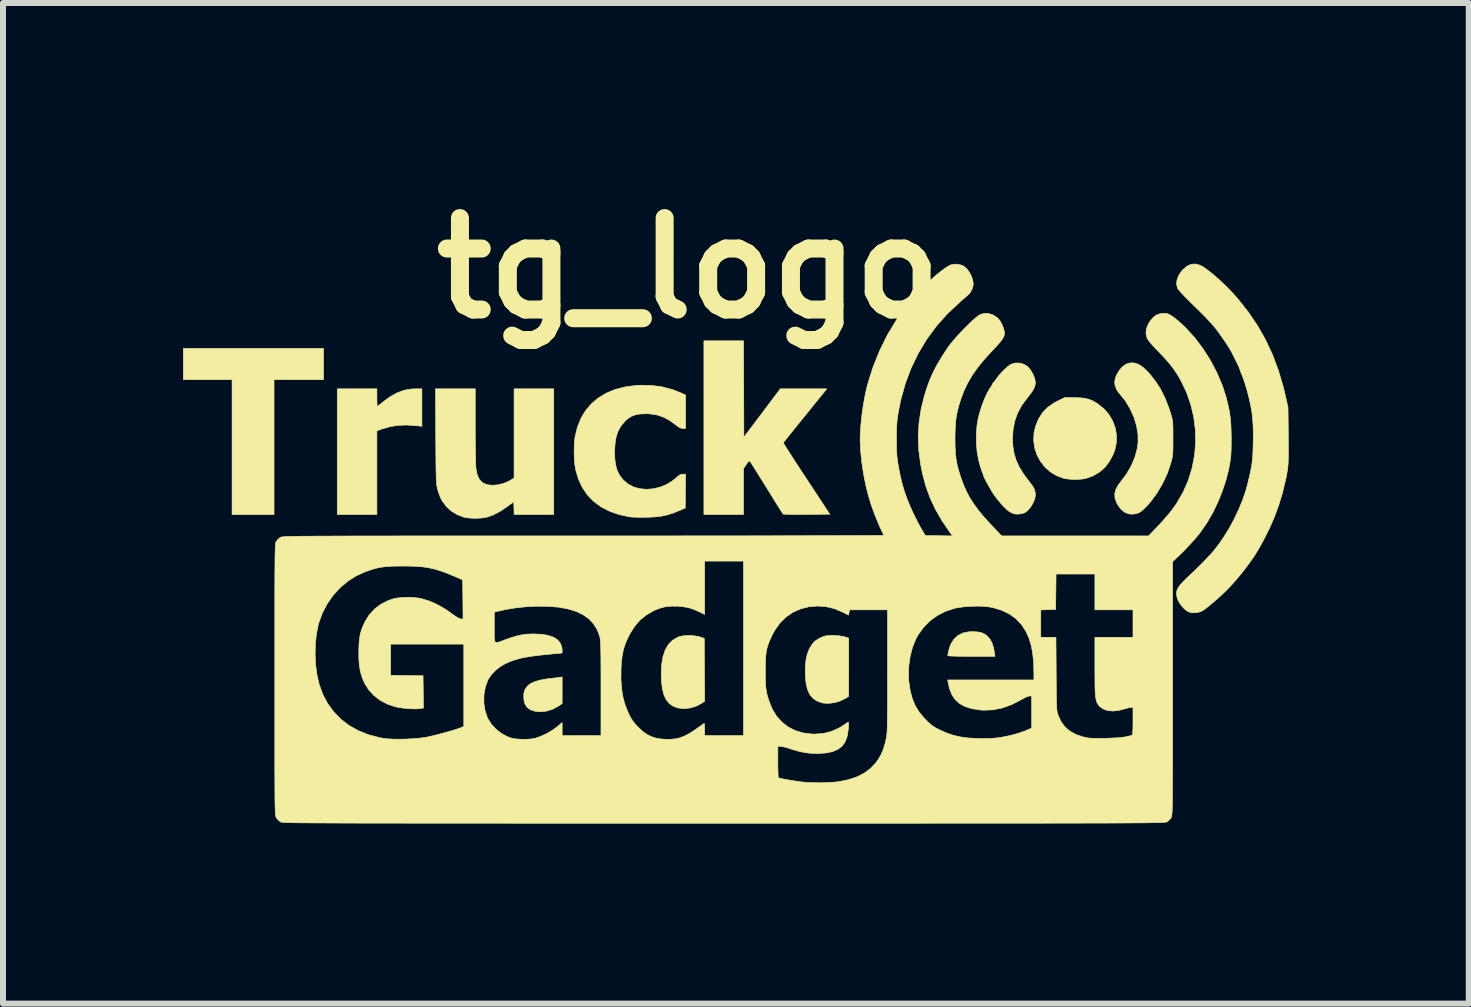
<source format=kicad_pcb>
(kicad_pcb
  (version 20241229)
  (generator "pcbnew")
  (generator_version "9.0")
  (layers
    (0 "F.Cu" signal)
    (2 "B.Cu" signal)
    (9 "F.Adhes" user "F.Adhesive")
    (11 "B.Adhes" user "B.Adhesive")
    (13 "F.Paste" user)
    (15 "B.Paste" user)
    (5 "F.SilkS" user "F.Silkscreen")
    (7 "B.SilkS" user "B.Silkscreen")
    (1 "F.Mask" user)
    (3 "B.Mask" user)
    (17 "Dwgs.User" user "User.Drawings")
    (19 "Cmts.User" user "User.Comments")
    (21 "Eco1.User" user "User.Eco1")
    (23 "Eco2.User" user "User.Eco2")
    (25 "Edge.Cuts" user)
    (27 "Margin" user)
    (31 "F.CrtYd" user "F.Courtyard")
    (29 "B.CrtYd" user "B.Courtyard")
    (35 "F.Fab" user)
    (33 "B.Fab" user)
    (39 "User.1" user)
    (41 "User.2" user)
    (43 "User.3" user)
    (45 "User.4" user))
  (footprint "tg_logo"
    (layer "F.Cu")
    (at 9.174 5.918)
    (property "Reference" "tg_logo" (at -0.75 -4.5 0) (layer "F.SilkS") (effects (font (size 1.524 1.524) (thickness 0.3))))
    (attr through_hole)
    (fp_poly (pts (xy -6.833 -2.642) (xy -7.658 -2.642) (xy -7.658 -0.394) (xy -8.357 -0.394) (xy -8.357 -2.642) (xy -9.169 -2.642) (xy -9.169 -3.162) (xy -6.833 -3.162) (xy -6.833 -2.642)) (stroke (width 0.01) (type solid)) (fill yes) (layer "F.SilkS"))
    (fp_poly (pts (xy -2.857 2.755) (xy -2.914 2.794) (xy -3.015 2.849) (xy -3.12 2.882) (xy -3.227 2.892) (xy -3.312 2.883) (xy -3.386 2.858) (xy -3.44 2.819) (xy -3.476 2.764) (xy -3.494 2.692) (xy -3.497 2.642) (xy -3.494 2.579) (xy -3.481 2.531) (xy -3.454 2.487) (xy -3.425 2.454) (xy -3.378 2.42) (xy -3.31 2.389) (xy -3.222 2.364) (xy -3.117 2.345) (xy -3.06 2.337) (xy -3.001 2.331) (xy -2.948 2.325) (xy -2.908 2.32) (xy -2.892 2.318) (xy -2.857 2.312) (xy -2.857 2.755)) (stroke (width 0.01) (type solid)) (fill yes) (layer "F.SilkS"))
    (fp_poly (pts (xy -5.944 -2.343) (xy -5.943 -2.286) (xy -5.942 -2.239) (xy -5.94 -2.208) (xy -5.938 -2.197) (xy -5.926 -2.205) (xy -5.899 -2.225) (xy -5.861 -2.254) (xy -5.829 -2.28) (xy -5.712 -2.365) (xy -5.597 -2.427) (xy -5.482 -2.467) (xy -5.364 -2.487) (xy -5.3 -2.489) (xy -5.194 -2.489) (xy -5.194 -1.865) (xy -5.293 -1.875) (xy -5.45 -1.886) (xy -5.593 -1.88) (xy -5.729 -1.858) (xy -5.862 -1.819) (xy -5.877 -1.814) (xy -5.944 -1.789) (xy -5.944 -0.394) (xy -6.604 -0.394) (xy -6.604 -2.489) (xy -5.944 -2.489) (xy -5.944 -2.343)) (stroke (width 0.01) (type solid)) (fill yes) (layer "F.SilkS"))
    (fp_poly (pts (xy 4.06 1.561) (xy 4.126 1.573) (xy 4.181 1.597) (xy 4.225 1.629) (xy 4.271 1.68) (xy 4.306 1.746) (xy 4.332 1.828) (xy 4.348 1.921) (xy 4.355 1.968) (xy 3.962 1.968) (xy 3.849 1.968) (xy 3.753 1.967) (xy 3.676 1.965) (xy 3.618 1.963) (xy 3.581 1.96) (xy 3.569 1.956) (xy 3.569 1.956) (xy 3.573 1.922) (xy 3.584 1.875) (xy 3.598 1.824) (xy 3.614 1.779) (xy 3.622 1.762) (xy 3.674 1.68) (xy 3.74 1.62) (xy 3.82 1.58) (xy 3.916 1.56) (xy 3.975 1.557) (xy 4.06 1.561)) (stroke (width 0.01) (type solid)) (fill yes) (layer "F.SilkS"))
    (fp_poly (pts (xy -0.675 1.624) (xy -0.595 1.636) (xy -0.559 1.646) (xy -0.489 1.67) (xy -0.486 2.194) (xy -0.482 2.717) (xy -0.532 2.75) (xy -0.625 2.799) (xy -0.725 2.829) (xy -0.827 2.84) (xy -0.924 2.829) (xy -0.94 2.825) (xy -1.015 2.795) (xy -1.077 2.749) (xy -1.126 2.686) (xy -1.163 2.605) (xy -1.188 2.504) (xy -1.202 2.382) (xy -1.206 2.259) (xy -1.199 2.107) (xy -1.177 1.975) (xy -1.14 1.864) (xy -1.088 1.773) (xy -1.021 1.703) (xy -0.939 1.654) (xy -0.91 1.642) (xy -0.842 1.627) (xy -0.76 1.62) (xy -0.675 1.624)) (stroke (width 0.01) (type solid)) (fill yes) (layer "F.SilkS"))
    (fp_poly (pts (xy 1.751 1.625) (xy 1.831 1.638) (xy 1.845 1.642) (xy 1.918 1.664) (xy 1.918 2.15) (xy 1.917 2.635) (xy 1.873 2.664) (xy 1.789 2.707) (xy 1.695 2.737) (xy 1.598 2.751) (xy 1.507 2.749) (xy 1.458 2.739) (xy 1.38 2.708) (xy 1.317 2.662) (xy 1.267 2.6) (xy 1.231 2.52) (xy 1.208 2.421) (xy 1.196 2.302) (xy 1.194 2.223) (xy 1.197 2.109) (xy 1.208 2.015) (xy 1.227 1.933) (xy 1.256 1.858) (xy 1.272 1.826) (xy 1.313 1.761) (xy 1.361 1.712) (xy 1.422 1.672) (xy 1.46 1.653) (xy 1.499 1.637) (xy 1.536 1.627) (xy 1.58 1.622) (xy 1.638 1.62) (xy 1.651 1.62) (xy 1.751 1.625)) (stroke (width 0.01) (type solid)) (fill yes) (layer "F.SilkS"))
    (fp_poly (pts (xy 5.683 -2.342) (xy 5.779 -2.339) (xy 5.856 -2.33) (xy 5.922 -2.314) (xy 5.983 -2.289) (xy 6.046 -2.253) (xy 6.064 -2.241) (xy 6.168 -2.158) (xy 6.252 -2.062) (xy 6.316 -1.954) (xy 6.359 -1.839) (xy 6.38 -1.718) (xy 6.378 -1.594) (xy 6.352 -1.47) (xy 6.324 -1.396) (xy 6.26 -1.276) (xy 6.182 -1.176) (xy 6.09 -1.097) (xy 5.98 -1.035) (xy 5.878 -0.999) (xy 5.814 -0.986) (xy 5.735 -0.98) (xy 5.651 -0.98) (xy 5.57 -0.986) (xy 5.503 -0.997) (xy 5.501 -0.998) (xy 5.382 -1.042) (xy 5.277 -1.106) (xy 5.186 -1.187) (xy 5.112 -1.283) (xy 5.055 -1.389) (xy 5.017 -1.504) (xy 5 -1.625) (xy 5.005 -1.749) (xy 5.032 -1.867) (xy 5.083 -1.991) (xy 5.151 -2.096) (xy 5.238 -2.184) (xy 5.344 -2.257) (xy 5.394 -2.283) (xy 5.518 -2.343) (xy 5.683 -2.342)) (stroke (width 0.01) (type solid)) (fill yes) (layer "F.SilkS"))
    (fp_poly (pts (xy -4.305 -1.87) (xy -4.305 -1.743) (xy -4.304 -1.621) (xy -4.303 -1.507) (xy -4.301 -1.404) (xy -4.299 -1.314) (xy -4.297 -1.24) (xy -4.295 -1.186) (xy -4.292 -1.156) (xy -4.274 -1.064) (xy -4.245 -0.994) (xy -4.203 -0.942) (xy -4.165 -0.915) (xy -4.098 -0.89) (xy -4.017 -0.882) (xy -3.929 -0.889) (xy -3.838 -0.911) (xy -3.751 -0.947) (xy -3.71 -0.97) (xy -3.658 -1.004) (xy -3.658 -2.489) (xy -2.997 -2.489) (xy -2.997 -0.394) (xy -3.657 -0.394) (xy -3.66 -0.5) (xy -3.664 -0.607) (xy -3.766 -0.532) (xy -3.889 -0.449) (xy -4.002 -0.389) (xy -4.105 -0.352) (xy -4.116 -0.35) (xy -4.188 -0.338) (xy -4.273 -0.332) (xy -4.36 -0.333) (xy -4.439 -0.34) (xy -4.494 -0.35) (xy -4.602 -0.391) (xy -4.701 -0.451) (xy -4.786 -0.528) (xy -4.853 -0.617) (xy -4.87 -0.647) (xy -4.891 -0.694) (xy -4.913 -0.753) (xy -4.931 -0.811) (xy -4.931 -0.811) (xy -4.937 -0.832) (xy -4.941 -0.852) (xy -4.945 -0.875) (xy -4.949 -0.902) (xy -4.952 -0.935) (xy -4.954 -0.976) (xy -4.956 -1.028) (xy -4.957 -1.092) (xy -4.959 -1.171) (xy -4.96 -1.267) (xy -4.961 -1.381) (xy -4.962 -1.516) (xy -4.963 -1.675) (xy -4.963 -1.699) (xy -4.967 -2.489) (xy -4.305 -2.489) (xy -4.305 -1.87)) (stroke (width 0.01) (type solid)) (fill yes) (layer "F.SilkS"))
    (fp_poly (pts (xy 0.171 -1.683) (xy 0.475 -2.086) (xy 0.778 -2.489) (xy 1.552 -2.489) (xy 1.503 -2.428) (xy 1.484 -2.405) (xy 1.451 -2.364) (xy 1.406 -2.309) (xy 1.352 -2.242) (xy 1.29 -2.165) (xy 1.223 -2.082) (xy 1.152 -1.994) (xy 1.143 -1.984) (xy 1.074 -1.898) (xy 1.01 -1.819) (xy 0.953 -1.748) (xy 0.905 -1.688) (xy 0.867 -1.64) (xy 0.841 -1.607) (xy 0.829 -1.591) (xy 0.829 -1.59) (xy 0.835 -1.578) (xy 0.854 -1.546) (xy 0.884 -1.498) (xy 0.925 -1.434) (xy 0.975 -1.356) (xy 1.032 -1.267) (xy 1.096 -1.169) (xy 1.166 -1.063) (xy 1.214 -0.99) (xy 1.602 -0.4) (xy 1.218 -0.397) (xy 1.121 -0.396) (xy 1.033 -0.396) (xy 0.957 -0.397) (xy 0.894 -0.398) (xy 0.85 -0.4) (xy 0.827 -0.402) (xy 0.824 -0.403) (xy 0.816 -0.416) (xy 0.795 -0.448) (xy 0.765 -0.496) (xy 0.725 -0.559) (xy 0.678 -0.635) (xy 0.625 -0.72) (xy 0.568 -0.812) (xy 0.552 -0.838) (xy 0.493 -0.933) (xy 0.438 -1.02) (xy 0.389 -1.099) (xy 0.346 -1.167) (xy 0.312 -1.221) (xy 0.288 -1.259) (xy 0.275 -1.279) (xy 0.273 -1.28) (xy 0.262 -1.285) (xy 0.247 -1.276) (xy 0.225 -1.249) (xy 0.212 -1.229) (xy 0.165 -1.162) (xy 0.165 -0.394) (xy -0.495 -0.394) (xy -0.495 -3.289) (xy 0.165 -3.289) (xy 0.171 -1.683)) (stroke (width 0.01) (type solid)) (fill yes) (layer "F.SilkS"))
    (fp_poly (pts (xy 6.683 -2.919) (xy 6.751 -2.895) (xy 6.822 -2.847) (xy 6.897 -2.777) (xy 6.938 -2.732) (xy 7.034 -2.609) (xy 7.117 -2.479) (xy 7.188 -2.336) (xy 7.251 -2.175) (xy 7.285 -2.07) (xy 7.297 -2.03) (xy 7.306 -1.996) (xy 7.312 -1.963) (xy 7.317 -1.927) (xy 7.319 -1.883) (xy 7.321 -1.827) (xy 7.321 -1.755) (xy 7.321 -1.664) (xy 7.321 -1.571) (xy 7.321 -1.499) (xy 7.319 -1.444) (xy 7.316 -1.399) (xy 7.312 -1.362) (xy 7.305 -1.326) (xy 7.295 -1.287) (xy 7.282 -1.242) (xy 7.279 -1.232) (xy 7.222 -1.067) (xy 7.144 -0.904) (xy 7.051 -0.747) (xy 6.946 -0.605) (xy 6.875 -0.526) (xy 6.836 -0.487) (xy 6.798 -0.454) (xy 6.768 -0.432) (xy 6.763 -0.429) (xy 6.704 -0.408) (xy 6.637 -0.4) (xy 6.582 -0.406) (xy 6.511 -0.436) (xy 6.448 -0.49) (xy 6.396 -0.565) (xy 6.381 -0.593) (xy 6.355 -0.669) (xy 6.351 -0.743) (xy 6.37 -0.816) (xy 6.413 -0.892) (xy 6.45 -0.94) (xy 6.549 -1.072) (xy 6.629 -1.212) (xy 6.689 -1.356) (xy 6.727 -1.501) (xy 6.739 -1.592) (xy 6.738 -1.73) (xy 6.714 -1.873) (xy 6.671 -2.016) (xy 6.608 -2.155) (xy 6.529 -2.287) (xy 6.434 -2.405) (xy 6.43 -2.41) (xy 6.38 -2.479) (xy 6.354 -2.556) (xy 6.35 -2.601) (xy 6.36 -2.666) (xy 6.389 -2.735) (xy 6.43 -2.801) (xy 6.48 -2.858) (xy 6.535 -2.897) (xy 6.548 -2.903) (xy 6.616 -2.922) (xy 6.683 -2.919)) (stroke (width 0.01) (type solid)) (fill yes) (layer "F.SilkS"))
    (fp_poly (pts (xy -1.369 -2.546) (xy -1.186 -2.521) (xy -1.012 -2.474) (xy -0.871 -2.418) (xy -0.8 -2.386) (xy -0.8 -1.829) (xy -0.845 -1.829) (xy -0.878 -1.834) (xy -0.913 -1.85) (xy -0.956 -1.882) (xy -0.96 -1.885) (xy -1.068 -1.964) (xy -1.175 -2.02) (xy -1.284 -2.056) (xy -1.401 -2.072) (xy -1.46 -2.074) (xy -1.558 -2.07) (xy -1.636 -2.057) (xy -1.703 -2.031) (xy -1.764 -1.991) (xy -1.808 -1.951) (xy -1.874 -1.875) (xy -1.923 -1.788) (xy -1.957 -1.688) (xy -1.976 -1.572) (xy -1.983 -1.437) (xy -1.983 -1.435) (xy -1.979 -1.316) (xy -1.965 -1.217) (xy -1.941 -1.132) (xy -1.905 -1.058) (xy -1.855 -0.989) (xy -1.832 -0.964) (xy -1.755 -0.899) (xy -1.664 -0.853) (xy -1.563 -0.825) (xy -1.454 -0.815) (xy -1.343 -0.823) (xy -1.231 -0.849) (xy -1.123 -0.892) (xy -1.022 -0.953) (xy -0.966 -0.999) (xy -0.924 -1.035) (xy -0.893 -1.056) (xy -0.866 -1.065) (xy -0.845 -1.067) (xy -0.8 -1.067) (xy -0.803 -0.785) (xy -0.806 -0.503) (xy -0.904 -0.461) (xy -1.008 -0.419) (xy -1.103 -0.389) (xy -1.198 -0.368) (xy -1.3 -0.356) (xy -1.417 -0.349) (xy -1.448 -0.349) (xy -1.525 -0.348) (xy -1.6 -0.349) (xy -1.665 -0.351) (xy -1.715 -0.354) (xy -1.733 -0.356) (xy -1.909 -0.394) (xy -2.068 -0.45) (xy -2.209 -0.523) (xy -2.331 -0.613) (xy -2.435 -0.72) (xy -2.52 -0.844) (xy -2.586 -0.985) (xy -2.632 -1.141) (xy -2.637 -1.168) (xy -2.647 -1.238) (xy -2.654 -1.325) (xy -2.657 -1.421) (xy -2.656 -1.518) (xy -2.651 -1.608) (xy -2.643 -1.682) (xy -2.642 -1.688) (xy -2.603 -1.85) (xy -2.544 -1.997) (xy -2.466 -2.127) (xy -2.369 -2.241) (xy -2.254 -2.338) (xy -2.122 -2.417) (xy -1.973 -2.479) (xy -1.809 -2.521) (xy -1.628 -2.545) (xy -1.562 -2.549) (xy -1.369 -2.546)) (stroke (width 0.01) (type solid)) (fill yes) (layer "F.SilkS"))
    (fp_poly (pts (xy 4.768 -2.918) (xy 4.838 -2.898) (xy 4.899 -2.86) (xy 4.913 -2.847) (xy 4.955 -2.791) (xy 4.992 -2.725) (xy 5.017 -2.659) (xy 5.029 -2.599) (xy 5.029 -2.59) (xy 5.022 -2.542) (xy 5.001 -2.489) (xy 4.963 -2.428) (xy 4.906 -2.354) (xy 4.897 -2.343) (xy 4.802 -2.216) (xy 4.732 -2.086) (xy 4.684 -1.95) (xy 4.656 -1.804) (xy 4.648 -1.66) (xy 4.654 -1.531) (xy 4.673 -1.413) (xy 4.707 -1.3) (xy 4.758 -1.19) (xy 4.827 -1.076) (xy 4.916 -0.956) (xy 4.937 -0.929) (xy 4.984 -0.866) (xy 5.012 -0.813) (xy 5.026 -0.761) (xy 5.029 -0.721) (xy 5.019 -0.66) (xy 4.993 -0.593) (xy 4.955 -0.528) (xy 4.91 -0.471) (xy 4.862 -0.431) (xy 4.853 -0.426) (xy 4.801 -0.409) (xy 4.74 -0.401) (xy 4.685 -0.404) (xy 4.68 -0.405) (xy 4.645 -0.418) (xy 4.604 -0.439) (xy 4.59 -0.447) (xy 4.552 -0.478) (xy 4.504 -0.524) (xy 4.452 -0.581) (xy 4.4 -0.643) (xy 4.352 -0.705) (xy 4.314 -0.762) (xy 4.306 -0.775) (xy 4.254 -0.866) (xy 4.213 -0.939) (xy 4.185 -0.993) (xy 4.169 -1.026) (xy 4.166 -1.037) (xy 4.161 -1.057) (xy 4.149 -1.09) (xy 4.139 -1.113) (xy 4.125 -1.152) (xy 4.108 -1.207) (xy 4.091 -1.27) (xy 4.08 -1.314) (xy 4.057 -1.444) (xy 4.045 -1.587) (xy 4.045 -1.733) (xy 4.055 -1.875) (xy 4.075 -1.994) (xy 4.103 -2.101) (xy 4.138 -2.21) (xy 4.178 -2.315) (xy 4.221 -2.409) (xy 4.264 -2.488) (xy 4.288 -2.523) (xy 4.307 -2.552) (xy 4.317 -2.573) (xy 4.318 -2.576) (xy 4.327 -2.593) (xy 4.339 -2.605) (xy 4.358 -2.626) (xy 4.382 -2.659) (xy 4.39 -2.67) (xy 4.421 -2.712) (xy 4.463 -2.76) (xy 4.511 -2.809) (xy 4.559 -2.852) (xy 4.602 -2.885) (xy 4.625 -2.899) (xy 4.694 -2.919) (xy 4.768 -2.918)) (stroke (width 0.01) (type solid)) (fill yes) (layer "F.SilkS"))
    (fp_poly (pts (xy 7.774 -4.548) (xy 7.825 -4.52) (xy 7.908 -4.461) (xy 8.002 -4.386) (xy 8.101 -4.298) (xy 8.202 -4.202) (xy 8.301 -4.101) (xy 8.392 -4) (xy 8.397 -3.994) (xy 8.573 -3.772) (xy 8.728 -3.545) (xy 8.862 -3.309) (xy 8.978 -3.062) (xy 9.076 -2.8) (xy 9.159 -2.522) (xy 9.197 -2.362) (xy 9.238 -2.178) (xy 9.243 -1.709) (xy 9.244 -1.579) (xy 9.244 -1.472) (xy 9.244 -1.383) (xy 9.242 -1.308) (xy 9.24 -1.245) (xy 9.235 -1.189) (xy 9.229 -1.137) (xy 9.22 -1.085) (xy 9.21 -1.03) (xy 9.197 -0.969) (xy 9.193 -0.953) (xy 9.142 -0.743) (xy 9.082 -0.546) (xy 9.012 -0.356) (xy 8.93 -0.167) (xy 8.833 0.026) (xy 8.738 0.197) (xy 8.671 0.304) (xy 8.589 0.421) (xy 8.497 0.543) (xy 8.399 0.663) (xy 8.299 0.777) (xy 8.203 0.877) (xy 8.192 0.887) (xy 8.126 0.95) (xy 8.056 1.013) (xy 7.987 1.073) (xy 7.922 1.127) (xy 7.865 1.172) (xy 7.819 1.205) (xy 7.791 1.22) (xy 7.731 1.238) (xy 7.664 1.243) (xy 7.601 1.234) (xy 7.572 1.223) (xy 7.526 1.191) (xy 7.478 1.143) (xy 7.435 1.087) (xy 7.405 1.031) (xy 7.401 1.021) (xy 7.385 0.969) (xy 7.379 0.923) (xy 7.384 0.879) (xy 7.403 0.834) (xy 7.436 0.786) (xy 7.485 0.73) (xy 7.551 0.664) (xy 7.589 0.628) (xy 7.663 0.559) (xy 7.726 0.498) (xy 7.786 0.438) (xy 7.849 0.374) (xy 7.921 0.298) (xy 7.944 0.275) (xy 8.021 0.185) (xy 8.102 0.077) (xy 8.183 -0.043) (xy 8.261 -0.171) (xy 8.331 -0.299) (xy 8.353 -0.344) (xy 8.424 -0.497) (xy 8.482 -0.638) (xy 8.53 -0.777) (xy 8.57 -0.921) (xy 8.607 -1.079) (xy 8.611 -1.099) (xy 8.625 -1.169) (xy 8.635 -1.231) (xy 8.643 -1.29) (xy 8.649 -1.354) (xy 8.653 -1.427) (xy 8.656 -1.517) (xy 8.657 -1.563) (xy 8.66 -1.722) (xy 8.657 -1.862) (xy 8.649 -1.989) (xy 8.635 -2.107) (xy 8.614 -2.224) (xy 8.609 -2.248) (xy 8.584 -2.354) (xy 8.556 -2.463) (xy 8.525 -2.566) (xy 8.495 -2.657) (xy 8.47 -2.723) (xy 8.452 -2.766) (xy 8.439 -2.801) (xy 8.433 -2.82) (xy 8.433 -2.821) (xy 8.427 -2.837) (xy 8.41 -2.875) (xy 8.381 -2.934) (xy 8.341 -3.015) (xy 8.299 -3.099) (xy 8.272 -3.147) (xy 8.233 -3.21) (xy 8.185 -3.283) (xy 8.131 -3.36) (xy 8.076 -3.437) (xy 8.042 -3.483) (xy 7.998 -3.537) (xy 7.937 -3.605) (xy 7.862 -3.685) (xy 7.775 -3.773) (xy 7.684 -3.862) (xy 7.594 -3.95) (xy 7.52 -4.025) (xy 7.462 -4.086) (xy 7.422 -4.132) (xy 7.4 -4.162) (xy 7.397 -4.167) (xy 7.381 -4.232) (xy 7.388 -4.303) (xy 7.416 -4.377) (xy 7.464 -4.45) (xy 7.492 -4.48) (xy 7.558 -4.535) (xy 7.627 -4.565) (xy 7.699 -4.569) (xy 7.774 -4.548)) (stroke (width 0.01) (type solid)) (fill yes) (layer "F.SilkS"))
    (fp_poly (pts (xy 3.771 -4.558) (xy 3.825 -4.539) (xy 3.871 -4.504) (xy 3.916 -4.451) (xy 3.953 -4.386) (xy 3.973 -4.337) (xy 3.99 -4.271) (xy 3.992 -4.216) (xy 3.977 -4.161) (xy 3.962 -4.128) (xy 3.953 -4.11) (xy 3.942 -4.094) (xy 3.928 -4.076) (xy 3.906 -4.055) (xy 3.875 -4.026) (xy 3.83 -3.987) (xy 3.769 -3.934) (xy 3.766 -3.931) (xy 3.562 -3.74) (xy 3.379 -3.534) (xy 3.217 -3.314) (xy 3.077 -3.08) (xy 2.957 -2.833) (xy 2.86 -2.574) (xy 2.785 -2.304) (xy 2.747 -2.115) (xy 2.735 -2.039) (xy 2.726 -1.975) (xy 2.72 -1.914) (xy 2.716 -1.851) (xy 2.714 -1.779) (xy 2.713 -1.69) (xy 2.713 -1.645) (xy 2.714 -1.547) (xy 2.716 -1.468) (xy 2.719 -1.402) (xy 2.724 -1.342) (xy 2.732 -1.281) (xy 2.743 -1.214) (xy 2.748 -1.187) (xy 2.776 -1.042) (xy 2.807 -0.911) (xy 2.844 -0.787) (xy 2.889 -0.658) (xy 2.898 -0.635) (xy 2.937 -0.54) (xy 2.984 -0.435) (xy 3.037 -0.327) (xy 3.09 -0.224) (xy 3.139 -0.136) (xy 3.145 -0.127) (xy 3.195 -0.044) (xy 3.421 -0.041) (xy 3.648 -0.038) (xy 3.604 -0.098) (xy 3.473 -0.291) (xy 3.364 -0.48) (xy 3.275 -0.669) (xy 3.204 -0.864) (xy 3.149 -1.07) (xy 3.116 -1.232) (xy 3.085 -1.47) (xy 3.076 -1.7) (xy 3.09 -1.926) (xy 3.125 -2.154) (xy 3.178 -2.369) (xy 3.222 -2.511) (xy 3.271 -2.643) (xy 3.328 -2.771) (xy 3.395 -2.899) (xy 3.476 -3.034) (xy 3.572 -3.18) (xy 3.578 -3.188) (xy 3.615 -3.238) (xy 3.665 -3.298) (xy 3.724 -3.365) (xy 3.788 -3.434) (xy 3.854 -3.503) (xy 3.92 -3.568) (xy 3.981 -3.626) (xy 4.036 -3.674) (xy 4.079 -3.709) (xy 4.105 -3.725) (xy 4.177 -3.746) (xy 4.253 -3.743) (xy 4.327 -3.719) (xy 4.396 -3.673) (xy 4.396 -3.672) (xy 4.434 -3.629) (xy 4.468 -3.57) (xy 4.495 -3.505) (xy 4.511 -3.445) (xy 4.513 -3.42) (xy 4.511 -3.392) (xy 4.503 -3.364) (xy 4.488 -3.333) (xy 4.463 -3.296) (xy 4.427 -3.252) (xy 4.377 -3.196) (xy 4.311 -3.125) (xy 4.295 -3.109) (xy 4.169 -2.97) (xy 4.063 -2.839) (xy 3.974 -2.712) (xy 3.9 -2.585) (xy 3.837 -2.452) (xy 3.784 -2.311) (xy 3.78 -2.297) (xy 3.749 -2.198) (xy 3.726 -2.106) (xy 3.709 -2.016) (xy 3.698 -1.92) (xy 3.692 -1.814) (xy 3.689 -1.69) (xy 3.689 -1.651) (xy 3.691 -1.525) (xy 3.696 -1.417) (xy 3.707 -1.322) (xy 3.723 -1.231) (xy 3.746 -1.14) (xy 3.777 -1.04) (xy 3.787 -1.01) (xy 3.831 -0.889) (xy 3.88 -0.778) (xy 3.936 -0.673) (xy 4.002 -0.57) (xy 4.08 -0.464) (xy 4.172 -0.353) (xy 4.282 -0.232) (xy 4.323 -0.189) (xy 4.466 -0.038) (xy 5.69 -0.038) (xy 6.914 -0.038) (xy 7.034 -0.162) (xy 7.154 -0.291) (xy 7.258 -0.412) (xy 7.344 -0.524) (xy 7.382 -0.579) (xy 7.49 -0.766) (xy 7.576 -0.962) (xy 7.639 -1.167) (xy 7.68 -1.377) (xy 7.698 -1.59) (xy 7.694 -1.805) (xy 7.667 -2.02) (xy 7.617 -2.231) (xy 7.544 -2.437) (xy 7.465 -2.603) (xy 7.421 -2.684) (xy 7.376 -2.757) (xy 7.329 -2.825) (xy 7.276 -2.894) (xy 7.213 -2.968) (xy 7.137 -3.05) (xy 7.053 -3.138) (xy 7.002 -3.191) (xy 6.957 -3.242) (xy 6.921 -3.286) (xy 6.897 -3.319) (xy 6.89 -3.331) (xy 6.871 -3.408) (xy 6.877 -3.487) (xy 6.909 -3.567) (xy 6.953 -3.635) (xy 7.006 -3.692) (xy 7.061 -3.727) (xy 7.123 -3.744) (xy 7.166 -3.747) (xy 7.207 -3.745) (xy 7.24 -3.737) (xy 7.276 -3.719) (xy 7.317 -3.693) (xy 7.356 -3.664) (xy 7.407 -3.622) (xy 7.464 -3.571) (xy 7.52 -3.518) (xy 7.532 -3.506) (xy 7.684 -3.34) (xy 7.822 -3.157) (xy 7.946 -2.962) (xy 8.053 -2.757) (xy 8.143 -2.546) (xy 8.212 -2.333) (xy 8.26 -2.121) (xy 8.28 -1.972) (xy 8.286 -1.886) (xy 8.29 -1.787) (xy 8.292 -1.682) (xy 8.292 -1.575) (xy 8.29 -1.475) (xy 8.286 -1.387) (xy 8.28 -1.322) (xy 8.25 -1.148) (xy 8.203 -0.965) (xy 8.141 -0.779) (xy 8.068 -0.598) (xy 7.985 -0.426) (xy 7.895 -0.27) (xy 7.85 -0.203) (xy 7.823 -0.164) (xy 7.798 -0.129) (xy 7.788 -0.114) (xy 7.756 -0.071) (xy 7.71 -0.015) (xy 7.654 0.049) (xy 7.592 0.117) (xy 7.529 0.184) (xy 7.469 0.244) (xy 7.442 0.271) (xy 7.315 0.39) (xy 7.315 2.503) (xy 7.315 2.774) (xy 7.315 3.021) (xy 7.315 3.245) (xy 7.315 3.448) (xy 7.315 3.629) (xy 7.315 3.791) (xy 7.314 3.934) (xy 7.314 4.06) (xy 7.313 4.17) (xy 7.313 4.264) (xy 7.312 4.346) (xy 7.311 4.414) (xy 7.31 4.471) (xy 7.309 4.518) (xy 7.307 4.555) (xy 7.305 4.584) (xy 7.303 4.607) (xy 7.301 4.624) (xy 7.299 4.636) (xy 7.296 4.645) (xy 7.293 4.652) (xy 7.29 4.658) (xy 7.29 4.658) (xy 7.261 4.694) (xy 7.225 4.724) (xy 7.223 4.724) (xy 7.22 4.726) (xy 7.216 4.728) (xy 7.212 4.73) (xy 7.205 4.731) (xy 7.196 4.733) (xy 7.183 4.734) (xy 7.168 4.735) (xy 7.147 4.736) (xy 7.122 4.738) (xy 7.092 4.739) (xy 7.055 4.74) (xy 7.012 4.741) (xy 6.961 4.741) (xy 6.902 4.742) (xy 6.835 4.743) (xy 6.758 4.744) (xy 6.672 4.744) (xy 6.575 4.745) (xy 6.467 4.746) (xy 6.348 4.746) (xy 6.216 4.747) (xy 6.072 4.747) (xy 5.914 4.747) (xy 5.742 4.748) (xy 5.555 4.748) (xy 5.353 4.748) (xy 5.135 4.749) (xy 4.9 4.749) (xy 4.648 4.749) (xy 4.379 4.749) (xy 4.091 4.749) (xy 3.784 4.749) (xy 3.458 4.749) (xy 3.111 4.75) (xy 2.743 4.75) (xy 2.354 4.75) (xy 1.943 4.75) (xy 1.509 4.75) (xy 1.052 4.75) (xy 0.571 4.75) (xy 0.066 4.75) (xy -0.165 4.75) (xy -0.682 4.75) (xy -1.173 4.75) (xy -1.641 4.75) (xy -2.085 4.75) (xy -2.506 4.75) (xy -2.905 4.75) (xy -3.281 4.75) (xy -3.637 4.75) (xy -3.973 4.749) (xy -4.288 4.749) (xy -4.584 4.749) (xy -4.862 4.749) (xy -5.121 4.749) (xy -5.364 4.749) (xy -5.589 4.748) (xy -5.798 4.748) (xy -5.991 4.748) (xy -6.17 4.748) (xy -6.334 4.747) (xy -6.484 4.747) (xy -6.622 4.746) (xy -6.746 4.746) (xy -6.859 4.745) (xy -6.961 4.745) (xy -7.052 4.744) (xy -7.132 4.743) (xy -7.204 4.743) (xy -7.266 4.742) (xy -7.32 4.741) (xy -7.367 4.74) (xy -7.407 4.739) (xy -7.44 4.738) (xy -7.467 4.737) (xy -7.489 4.736) (xy -7.507 4.734) (xy -7.521 4.733) (xy -7.531 4.732) (xy -7.539 4.73) (xy -7.545 4.729) (xy -7.549 4.727) (xy -7.552 4.725) (xy -7.553 4.724) (xy -7.589 4.695) (xy -7.619 4.659) (xy -7.62 4.658) (xy -7.623 4.652) (xy -7.626 4.646) (xy -7.629 4.637) (xy -7.631 4.626) (xy -7.633 4.61) (xy -7.635 4.588) (xy -7.637 4.56) (xy -7.638 4.524) (xy -7.64 4.48) (xy -7.641 4.425) (xy -7.642 4.36) (xy -7.643 4.282) (xy -7.643 4.191) (xy -7.644 4.085) (xy -7.644 3.965) (xy -7.645 3.827) (xy -7.645 3.672) (xy -7.645 3.498) (xy -7.645 3.303) (xy -7.645 3.088) (xy -7.645 2.851) (xy -7.645 2.59) (xy -7.645 2.356) (xy -7.645 2.075) (xy -7.645 1.941) (xy -6.973 1.941) (xy -6.964 2.115) (xy -6.942 2.28) (xy -6.907 2.431) (xy -6.907 2.432) (xy -6.845 2.603) (xy -6.763 2.757) (xy -6.661 2.896) (xy -6.542 3.018) (xy -6.405 3.122) (xy -6.25 3.208) (xy -6.08 3.276) (xy -5.894 3.324) (xy -5.836 3.335) (xy -5.763 3.343) (xy -5.671 3.348) (xy -5.567 3.349) (xy -5.457 3.347) (xy -5.347 3.341) (xy -5.244 3.333) (xy -5.154 3.321) (xy -5.122 3.316) (xy -5.058 3.303) (xy -4.981 3.284) (xy -4.896 3.263) (xy -4.809 3.239) (xy -4.724 3.215) (xy -4.648 3.193) (xy -4.586 3.172) (xy -4.543 3.157) (xy -4.496 3.137) (xy -4.496 2.739) (xy -4.162 2.739) (xy -4.144 2.865) (xy -4.106 2.981) (xy -4.094 3.008) (xy -4.037 3.099) (xy -3.96 3.182) (xy -3.868 3.253) (xy -3.768 3.307) (xy -3.694 3.333) (xy -3.63 3.344) (xy -3.551 3.35) (xy -3.466 3.351) (xy -3.385 3.346) (xy -3.316 3.336) (xy -3.308 3.334) (xy -3.22 3.304) (xy -3.124 3.261) (xy -3.032 3.208) (xy -2.952 3.151) (xy -2.94 3.142) (xy -2.857 3.072) (xy -2.857 3.289) (xy -2.21 3.289) (xy -2.21 2.505) (xy -2.21 2.361) (xy -1.877 2.361) (xy -1.866 2.511) (xy -1.844 2.648) (xy -1.809 2.776) (xy -1.76 2.899) (xy -1.745 2.932) (xy -1.71 2.999) (xy -1.673 3.055) (xy -1.629 3.108) (xy -1.59 3.149) (xy -1.511 3.222) (xy -1.435 3.275) (xy -1.356 3.312) (xy -1.286 3.333) (xy -1.213 3.345) (xy -1.127 3.351) (xy -1.041 3.35) (xy -0.962 3.342) (xy -0.923 3.334) (xy -0.83 3.302) (xy -0.733 3.252) (xy -0.627 3.183) (xy -0.6 3.163) (xy -0.555 3.131) (xy -0.519 3.106) (xy -0.496 3.09) (xy -0.489 3.086) (xy -0.486 3.098) (xy -0.484 3.129) (xy -0.483 3.173) (xy -0.483 3.188) (xy -0.483 3.289) (xy 0.165 3.289) (xy 0.165 2.203) (xy 0.528 2.203) (xy 0.528 2.308) (xy 0.53 2.392) (xy 0.534 2.462) (xy 0.541 2.522) (xy 0.551 2.578) (xy 0.565 2.635) (xy 0.585 2.699) (xy 0.587 2.705) (xy 0.642 2.844) (xy 0.715 2.964) (xy 0.804 3.064) (xy 0.908 3.145) (xy 1.027 3.205) (xy 1.159 3.245) (xy 1.305 3.263) (xy 1.355 3.264) (xy 1.497 3.253) (xy 1.629 3.22) (xy 1.754 3.164) (xy 1.828 3.119) (xy 1.865 3.094) (xy 1.895 3.074) (xy 1.909 3.065) (xy 1.914 3.072) (xy 1.916 3.098) (xy 1.914 3.139) (xy 1.91 3.187) (xy 1.903 3.238) (xy 1.895 3.287) (xy 1.885 3.326) (xy 1.851 3.406) (xy 1.802 3.47) (xy 1.734 3.52) (xy 1.649 3.556) (xy 1.543 3.578) (xy 1.417 3.587) (xy 1.384 3.587) (xy 1.286 3.584) (xy 1.193 3.573) (xy 1.099 3.554) (xy 0.995 3.525) (xy 0.931 3.504) (xy 0.876 3.487) (xy 0.826 3.475) (xy 0.788 3.468) (xy 0.779 3.467) (xy 0.737 3.467) (xy 0.737 3.727) (xy 0.737 3.805) (xy 0.739 3.875) (xy 0.741 3.932) (xy 0.743 3.972) (xy 0.747 3.992) (xy 0.747 3.993) (xy 0.765 3.998) (xy 0.802 4.007) (xy 0.855 4.017) (xy 0.916 4.028) (xy 0.982 4.039) (xy 1.047 4.049) (xy 1.106 4.058) (xy 1.143 4.062) (xy 1.233 4.07) (xy 1.337 4.074) (xy 1.449 4.075) (xy 1.559 4.072) (xy 1.661 4.066) (xy 1.745 4.058) (xy 1.751 4.057) (xy 1.913 4.024) (xy 2.055 3.977) (xy 2.178 3.914) (xy 2.283 3.835) (xy 2.373 3.739) (xy 2.413 3.682) (xy 2.459 3.602) (xy 2.495 3.516) (xy 2.525 3.417) (xy 2.541 3.346) (xy 2.546 3.324) (xy 2.549 3.301) (xy 2.553 3.275) (xy 2.555 3.244) (xy 2.558 3.207) (xy 2.56 3.162) (xy 2.561 3.106) (xy 2.562 3.038) (xy 2.563 2.957) (xy 2.564 2.859) (xy 2.565 2.745) (xy 2.565 2.611) (xy 2.565 2.456) (xy 2.565 2.289) (xy 2.914 2.289) (xy 2.92 2.387) (xy 2.942 2.539) (xy 2.977 2.672) (xy 3.027 2.791) (xy 3.093 2.899) (xy 3.178 3.001) (xy 3.201 3.024) (xy 3.254 3.076) (xy 3.298 3.114) (xy 3.342 3.145) (xy 3.394 3.174) (xy 3.442 3.198) (xy 3.554 3.247) (xy 3.663 3.284) (xy 3.777 3.311) (xy 3.901 3.328) (xy 4.041 3.337) (xy 4.136 3.339) (xy 4.256 3.337) (xy 4.36 3.331) (xy 4.457 3.318) (xy 4.473 3.315) (xy 4.606 3.288) (xy 4.736 3.253) (xy 4.854 3.212) (xy 4.899 3.193) (xy 4.966 3.164) (xy 4.966 2.629) (xy 4.93 2.629) (xy 4.902 2.636) (xy 4.859 2.654) (xy 4.808 2.681) (xy 4.789 2.692) (xy 4.633 2.773) (xy 4.476 2.829) (xy 4.319 2.86) (xy 4.162 2.866) (xy 4.095 2.86) (xy 3.965 2.839) (xy 3.855 2.804) (xy 3.765 2.755) (xy 3.693 2.691) (xy 3.639 2.611) (xy 3.599 2.512) (xy 3.576 2.41) (xy 3.568 2.362) (xy 5.004 2.362) (xy 5.004 2.245) (xy 4.999 2.073) (xy 4.984 1.922) (xy 4.959 1.788) (xy 4.923 1.668) (xy 4.875 1.56) (xy 4.874 1.558) (xy 4.8 1.442) (xy 4.708 1.344) (xy 4.598 1.264) (xy 4.471 1.202) (xy 4.448 1.195) (xy 5.118 1.195) (xy 5.118 1.651) (xy 5.371 1.651) (xy 5.375 2.257) (xy 5.376 2.398) (xy 5.377 2.515) (xy 5.378 2.611) (xy 5.379 2.69) (xy 5.381 2.753) (xy 5.383 2.802) (xy 5.385 2.841) (xy 5.388 2.871) (xy 5.392 2.896) (xy 5.397 2.916) (xy 5.403 2.936) (xy 5.407 2.947) (xy 5.454 3.053) (xy 5.518 3.141) (xy 5.6 3.213) (xy 5.7 3.269) (xy 5.821 3.31) (xy 5.899 3.327) (xy 5.944 3.332) (xy 6.009 3.335) (xy 6.087 3.336) (xy 6.174 3.335) (xy 6.264 3.332) (xy 6.351 3.328) (xy 6.429 3.323) (xy 6.493 3.316) (xy 6.534 3.309) (xy 6.58 3.299) (xy 6.618 3.289) (xy 6.638 3.284) (xy 6.639 3.283) (xy 6.645 3.274) (xy 6.649 3.25) (xy 6.652 3.209) (xy 6.654 3.148) (xy 6.655 3.064) (xy 6.655 3.048) (xy 6.655 2.819) (xy 6.623 2.819) (xy 6.593 2.823) (xy 6.551 2.834) (xy 6.518 2.844) (xy 6.411 2.871) (xy 6.313 2.88) (xy 6.226 2.87) (xy 6.152 2.842) (xy 6.107 2.809) (xy 6.087 2.788) (xy 6.07 2.766) (xy 6.056 2.742) (xy 6.045 2.711) (xy 6.036 2.673) (xy 6.03 2.623) (xy 6.025 2.561) (xy 6.022 2.483) (xy 6.021 2.388) (xy 6.02 2.271) (xy 6.02 2.132) (xy 6.02 1.651) (xy 6.655 1.651) (xy 6.655 1.194) (xy 6.02 1.194) (xy 6.02 0.597) (xy 5.373 0.597) (xy 5.366 1.187) (xy 5.242 1.191) (xy 5.118 1.195) (xy 4.448 1.195) (xy 4.328 1.158) (xy 4.24 1.142) (xy 4.154 1.134) (xy 4.053 1.132) (xy 3.945 1.135) (xy 3.839 1.143) (xy 3.743 1.156) (xy 3.683 1.168) (xy 3.531 1.218) (xy 3.393 1.289) (xy 3.269 1.379) (xy 3.162 1.488) (xy 3.072 1.614) (xy 3.036 1.682) (xy 2.981 1.817) (xy 2.942 1.968) (xy 2.919 2.127) (xy 2.914 2.289) (xy 2.565 2.289) (xy 2.565 2.278) (xy 2.565 2.213) (xy 2.565 1.194) (xy 1.932 1.194) (xy 1.915 1.281) (xy 1.815 1.231) (xy 1.677 1.173) (xy 1.538 1.14) (xy 1.403 1.13) (xy 1.255 1.142) (xy 1.117 1.177) (xy 0.989 1.234) (xy 0.874 1.313) (xy 0.773 1.412) (xy 0.688 1.531) (xy 0.648 1.603) (xy 0.611 1.681) (xy 0.583 1.75) (xy 0.561 1.814) (xy 0.546 1.881) (xy 0.536 1.953) (xy 0.531 2.038) (xy 0.528 2.14) (xy 0.528 2.203) (xy 0.165 2.203) (xy 0.165 0.381) (xy -0.483 0.381) (xy -0.483 1.27) (xy -0.556 1.234) (xy -0.656 1.189) (xy -0.748 1.158) (xy -0.844 1.141) (xy -0.93 1.133) (xy -1.034 1.132) (xy -1.124 1.14) (xy -1.207 1.159) (xy -1.292 1.19) (xy -1.34 1.213) (xy -1.457 1.281) (xy -1.56 1.365) (xy -1.649 1.468) (xy -1.727 1.591) (xy -1.765 1.667) (xy -1.804 1.757) (xy -1.833 1.845) (xy -1.853 1.937) (xy -1.867 2.039) (xy -1.875 2.158) (xy -1.876 2.191) (xy -1.877 2.361) (xy -2.21 2.361) (xy -2.21 2.339) (xy -2.21 2.197) (xy -2.211 2.077) (xy -2.211 1.976) (xy -2.213 1.892) (xy -2.214 1.824) (xy -2.216 1.77) (xy -2.218 1.727) (xy -2.221 1.694) (xy -2.224 1.668) (xy -2.228 1.649) (xy -2.229 1.645) (xy -2.27 1.531) (xy -2.33 1.432) (xy -2.408 1.347) (xy -2.506 1.276) (xy -2.624 1.22) (xy -2.762 1.178) (xy -2.92 1.149) (xy -3.099 1.135) (xy -3.3 1.133) (xy -3.314 1.134) (xy -3.479 1.144) (xy -3.647 1.163) (xy -3.808 1.19) (xy -3.94 1.22) (xy -3.988 1.233) (xy -3.988 1.486) (xy -3.988 1.577) (xy -3.988 1.645) (xy -3.984 1.693) (xy -3.976 1.723) (xy -3.961 1.737) (xy -3.938 1.738) (xy -3.903 1.728) (xy -3.856 1.711) (xy -3.818 1.696) (xy -3.71 1.658) (xy -3.618 1.63) (xy -3.535 1.611) (xy -3.455 1.6) (xy -3.371 1.596) (xy -3.334 1.595) (xy -3.2 1.601) (xy -3.088 1.62) (xy -2.998 1.651) (xy -2.931 1.695) (xy -2.885 1.752) (xy -2.861 1.821) (xy -2.857 1.866) (xy -2.857 1.913) (xy -3.088 1.935) (xy -3.234 1.95) (xy -3.358 1.966) (xy -3.464 1.983) (xy -3.557 2.002) (xy -3.639 2.025) (xy -3.715 2.052) (xy -3.788 2.083) (xy -3.81 2.094) (xy -3.893 2.143) (xy -3.971 2.205) (xy -4.037 2.275) (xy -4.086 2.346) (xy -4.096 2.366) (xy -4.138 2.484) (xy -4.16 2.611) (xy -4.162 2.739) (xy -4.496 2.739) (xy -4.496 1.765) (xy -5.715 1.765) (xy -5.715 2.285) (xy -5.175 2.292) (xy -5.168 2.83) (xy -5.228 2.839) (xy -5.284 2.844) (xy -5.357 2.843) (xy -5.44 2.838) (xy -5.523 2.829) (xy -5.599 2.817) (xy -5.643 2.807) (xy -5.775 2.762) (xy -5.894 2.698) (xy -5.998 2.616) (xy -6.085 2.52) (xy -6.152 2.411) (xy -6.152 2.409) (xy -6.192 2.315) (xy -6.22 2.218) (xy -6.237 2.113) (xy -6.245 1.994) (xy -6.245 1.861) (xy -6.241 1.759) (xy -6.234 1.677) (xy -6.223 1.607) (xy -6.206 1.544) (xy -6.183 1.48) (xy -6.151 1.41) (xy -6.145 1.397) (xy -6.075 1.282) (xy -5.986 1.183) (xy -5.88 1.102) (xy -5.758 1.04) (xy -5.664 1.008) (xy -5.594 0.995) (xy -5.507 0.987) (xy -5.414 0.985) (xy -5.321 0.989) (xy -5.239 0.999) (xy -5.194 1.009) (xy -5.082 1.043) (xy -4.976 1.087) (xy -4.872 1.141) (xy -4.763 1.21) (xy -4.685 1.266) (xy -4.626 1.307) (xy -4.578 1.334) (xy -4.546 1.346) (xy -4.541 1.346) (xy -4.508 1.346) (xy -4.511 1.02) (xy -4.515 0.694) (xy -4.628 0.645) (xy -4.757 0.591) (xy -4.869 0.549) (xy -4.973 0.517) (xy -5.073 0.494) (xy -5.175 0.478) (xy -5.287 0.469) (xy -5.413 0.465) (xy -5.505 0.464) (xy -5.623 0.465) (xy -5.72 0.468) (xy -5.803 0.474) (xy -5.877 0.484) (xy -5.946 0.498) (xy -6.017 0.518) (xy -6.094 0.544) (xy -6.136 0.558) (xy -6.288 0.627) (xy -6.431 0.718) (xy -6.56 0.827) (xy -6.675 0.954) (xy -6.774 1.096) (xy -6.854 1.25) (xy -6.913 1.414) (xy -6.922 1.447) (xy -6.952 1.6) (xy -6.969 1.768) (xy -6.973 1.941) (xy -7.645 1.941) (xy -7.645 1.818) (xy -7.645 1.585) (xy -7.645 1.373) (xy -7.645 1.182) (xy -7.645 1.012) (xy -7.645 0.859) (xy -7.644 0.725) (xy -7.644 0.607) (xy -7.643 0.504) (xy -7.642 0.415) (xy -7.642 0.34) (xy -7.641 0.276) (xy -7.639 0.224) (xy -7.638 0.181) (xy -7.636 0.146) (xy -7.635 0.119) (xy -7.633 0.099) (xy -7.631 0.084) (xy -7.628 0.073) (xy -7.626 0.065) (xy -7.623 0.058) (xy -7.62 0.054) (xy -7.591 0.018) (xy -7.555 -0.012) (xy -7.553 -0.013) (xy -7.55 -0.015) (xy -7.545 -0.017) (xy -7.539 -0.019) (xy -7.531 -0.021) (xy -7.52 -0.022) (xy -7.506 -0.024) (xy -7.487 -0.025) (xy -7.462 -0.027) (xy -7.432 -0.028) (xy -7.395 -0.029) (xy -7.351 -0.03) (xy -7.298 -0.031) (xy -7.237 -0.032) (xy -7.166 -0.033) (xy -7.085 -0.033) (xy -6.992 -0.034) (xy -6.888 -0.035) (xy -6.771 -0.035) (xy -6.641 -0.036) (xy -6.496 -0.036) (xy -6.337 -0.037) (xy -6.162 -0.037) (xy -5.971 -0.037) (xy -5.762 -0.037) (xy -5.536 -0.038) (xy -5.291 -0.038) (xy -5.027 -0.038) (xy -4.743 -0.038) (xy -4.438 -0.038) (xy -4.112 -0.038) (xy -3.763 -0.038) (xy -3.391 -0.038) (xy -2.995 -0.038) (xy -2.575 -0.038) (xy -2.505 -0.038) (xy -2.15 -0.038) (xy -1.801 -0.038) (xy -1.46 -0.038) (xy -1.127 -0.038) (xy -0.803 -0.039) (xy -0.489 -0.039) (xy -0.186 -0.039) (xy 0.106 -0.039) (xy 0.385 -0.04) (xy 0.651 -0.04) (xy 0.903 -0.041) (xy 1.139 -0.041) (xy 1.36 -0.042) (xy 1.563 -0.042) (xy 1.75 -0.043) (xy 1.917 -0.043) (xy 2.066 -0.044) (xy 2.194 -0.044) (xy 2.301 -0.045) (xy 2.386 -0.046) (xy 2.449 -0.046) (xy 2.487 -0.047) (xy 2.502 -0.048) (xy 2.502 -0.048) (xy 2.496 -0.063) (xy 2.482 -0.094) (xy 2.463 -0.133) (xy 2.436 -0.19) (xy 2.404 -0.266) (xy 2.368 -0.354) (xy 2.331 -0.45) (xy 2.296 -0.547) (xy 2.294 -0.552) (xy 2.246 -0.71) (xy 2.202 -0.884) (xy 2.166 -1.069) (xy 2.137 -1.256) (xy 2.118 -1.439) (xy 2.109 -1.609) (xy 2.108 -1.651) (xy 2.112 -1.774) (xy 2.123 -1.914) (xy 2.139 -2.063) (xy 2.161 -2.215) (xy 2.187 -2.361) (xy 2.215 -2.494) (xy 2.229 -2.549) (xy 2.319 -2.84) (xy 2.431 -3.12) (xy 2.563 -3.388) (xy 2.716 -3.641) (xy 2.888 -3.88) (xy 3.055 -4.077) (xy 3.136 -4.161) (xy 3.22 -4.244) (xy 3.304 -4.322) (xy 3.386 -4.393) (xy 3.463 -4.454) (xy 3.531 -4.504) (xy 3.589 -4.54) (xy 3.632 -4.559) (xy 3.634 -4.56) (xy 3.7 -4.567) (xy 3.771 -4.558)) (stroke (width 0.01) (type solid)) (fill yes) (layer "F.SilkS")))
  (gr_rect
    (start -3 -3)
    (end 21.424 13.673)
    (stroke (width 0.1) (type default))
    (fill no)
    (layer "Edge.Cuts")))
</source>
